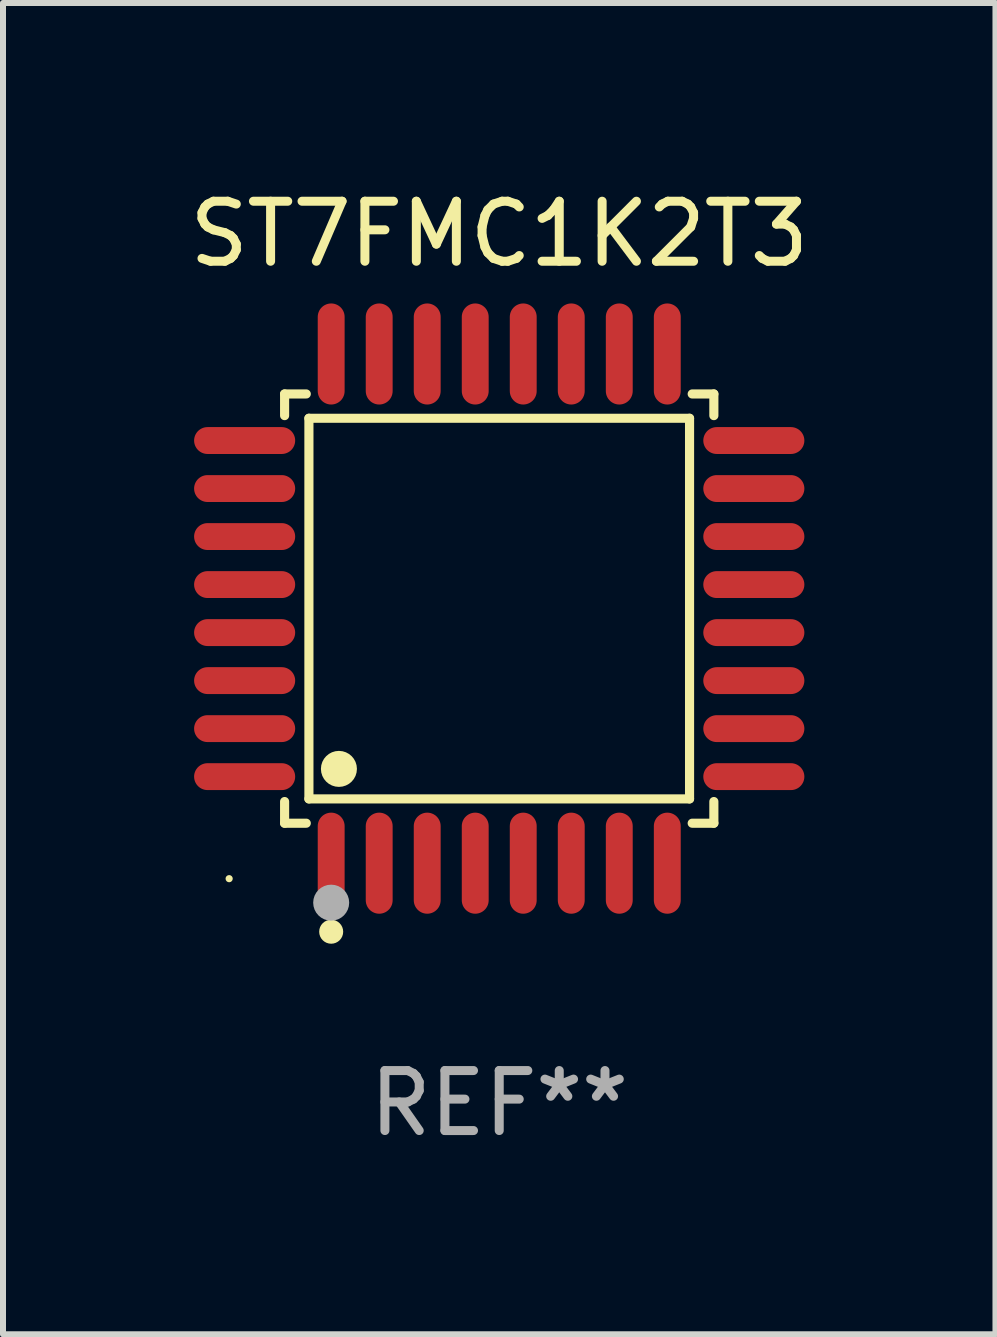
<source format=kicad_pcb>
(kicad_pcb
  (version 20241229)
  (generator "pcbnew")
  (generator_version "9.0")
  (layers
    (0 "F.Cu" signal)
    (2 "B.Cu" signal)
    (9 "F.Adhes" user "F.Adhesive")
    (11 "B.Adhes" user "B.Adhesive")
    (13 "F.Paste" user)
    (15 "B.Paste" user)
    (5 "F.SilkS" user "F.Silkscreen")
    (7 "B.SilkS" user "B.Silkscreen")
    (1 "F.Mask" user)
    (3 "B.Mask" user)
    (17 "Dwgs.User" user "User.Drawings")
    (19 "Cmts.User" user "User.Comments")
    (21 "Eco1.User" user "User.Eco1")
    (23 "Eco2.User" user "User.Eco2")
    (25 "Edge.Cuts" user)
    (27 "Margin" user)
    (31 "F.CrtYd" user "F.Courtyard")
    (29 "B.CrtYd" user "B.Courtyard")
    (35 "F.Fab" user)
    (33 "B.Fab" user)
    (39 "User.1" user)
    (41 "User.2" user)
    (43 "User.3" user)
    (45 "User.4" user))
  (footprint "ST7FMC1K2T3"
    (layer "F.Cu")
    (at 5.268 7.09)
    (property "Reference" "ST7FMC1K2T3" (at 0 -6.242 0) (layer "F.SilkS") (effects (font (size 1 1) (thickness 0.15))))
    (attr through_hole)
    (fp_line (start -3.576 -3.576) (end -3.215 -3.576) (stroke (width 0.152) (type solid)) (layer "F.SilkS"))
    (fp_line (start -3.576 -3.215) (end -3.576 -3.576) (stroke (width 0.152) (type solid)) (layer "F.SilkS"))
    (fp_line (start -3.576 3.215) (end -3.576 3.576) (stroke (width 0.152) (type solid)) (layer "F.SilkS"))
    (fp_line (start -3.576 3.576) (end -3.215 3.576) (stroke (width 0.152) (type solid)) (layer "F.SilkS"))
    (fp_line (start -3.171 -3.171) (end 3.171 -3.171) (stroke (width 0.152) (type solid)) (layer "F.SilkS"))
    (fp_line (start -3.171 3.171) (end -3.171 -3.171) (stroke (width 0.152) (type solid)) (layer "F.SilkS"))
    (fp_line (start 3.171 -3.171) (end 3.171 3.171) (stroke (width 0.152) (type solid)) (layer "F.SilkS"))
    (fp_line (start 3.171 3.171) (end -3.171 3.171) (stroke (width 0.152) (type solid)) (layer "F.SilkS"))
    (fp_line (start 3.576 -3.576) (end 3.215 -3.576) (stroke (width 0.152) (type solid)) (layer "F.SilkS"))
    (fp_line (start 3.576 -3.215) (end 3.576 -3.576) (stroke (width 0.152) (type solid)) (layer "F.SilkS"))
    (fp_line (start 3.576 3.215) (end 3.576 3.576) (stroke (width 0.152) (type solid)) (layer "F.SilkS"))
    (fp_line (start 3.576 3.576) (end 3.215 3.576) (stroke (width 0.152) (type solid)) (layer "F.SilkS"))
    (fp_circle (center -4.5 4.5) (end -4.47 4.5) (stroke (width 0.06) (type solid)) (fill no) (layer "F.SilkS"))
    (fp_circle (center -2.8 5.384) (end -2.7 5.384) (stroke (width 0.2) (type solid)) (fill no) (layer "F.SilkS"))
    (fp_circle (center -2.671 2.671) (end -2.521 2.671) (stroke (width 0.3) (type solid)) (fill no) (layer "F.SilkS"))
    (fp_circle (center -2.8 4.9) (end -2.65 4.9) (stroke (width 0.3) (type solid)) (fill no) (layer "F.Fab"))
    (fp_text user "REF**" (at 0 8.242 0) (layer "F.Fab") (effects (font (size 1 1) (thickness 0.15))))
    (pad "1" smd oval (at -2.8 4.242) (size 0.448 1.684) (layers "F.Cu" "F.Mask" "F.Paste"))
    (pad "2" smd oval (at -2 4.242) (size 0.448 1.684) (layers "F.Cu" "F.Mask" "F.Paste"))
    (pad "3" smd oval (at -1.2 4.242) (size 0.448 1.684) (layers "F.Cu" "F.Mask" "F.Paste"))
    (pad "4" smd oval (at -0.4 4.242) (size 0.448 1.684) (layers "F.Cu" "F.Mask" "F.Paste"))
    (pad "5" smd oval (at 0.4 4.242) (size 0.448 1.684) (layers "F.Cu" "F.Mask" "F.Paste"))
    (pad "6" smd oval (at 1.2 4.242) (size 0.448 1.684) (layers "F.Cu" "F.Mask" "F.Paste"))
    (pad "7" smd oval (at 2 4.242) (size 0.448 1.684) (layers "F.Cu" "F.Mask" "F.Paste"))
    (pad "8" smd oval (at 2.8 4.242) (size 0.448 1.684) (layers "F.Cu" "F.Mask" "F.Paste"))
    (pad "9" smd oval (at 4.242 2.8) (size 1.684 0.448) (layers "F.Cu" "F.Mask" "F.Paste"))
    (pad "10" smd oval (at 4.242 2) (size 1.684 0.448) (layers "F.Cu" "F.Mask" "F.Paste"))
    (pad "11" smd oval (at 4.242 1.2) (size 1.684 0.448) (layers "F.Cu" "F.Mask" "F.Paste"))
    (pad "12" smd oval (at 4.242 0.4) (size 1.684 0.448) (layers "F.Cu" "F.Mask" "F.Paste"))
    (pad "13" smd oval (at 4.242 -0.4) (size 1.684 0.448) (layers "F.Cu" "F.Mask" "F.Paste"))
    (pad "14" smd oval (at 4.242 -1.2) (size 1.684 0.448) (layers "F.Cu" "F.Mask" "F.Paste"))
    (pad "15" smd oval (at 4.242 -2) (size 1.684 0.448) (layers "F.Cu" "F.Mask" "F.Paste"))
    (pad "16" smd oval (at 4.242 -2.8) (size 1.684 0.448) (layers "F.Cu" "F.Mask" "F.Paste"))
    (pad "17" smd oval (at 2.8 -4.242) (size 0.448 1.684) (layers "F.Cu" "F.Mask" "F.Paste"))
    (pad "18" smd oval (at 2 -4.242) (size 0.448 1.684) (layers "F.Cu" "F.Mask" "F.Paste"))
    (pad "19" smd oval (at 1.2 -4.242) (size 0.448 1.684) (layers "F.Cu" "F.Mask" "F.Paste"))
    (pad "20" smd oval (at 0.4 -4.242) (size 0.448 1.684) (layers "F.Cu" "F.Mask" "F.Paste"))
    (pad "21" smd oval (at -0.4 -4.242) (size 0.448 1.684) (layers "F.Cu" "F.Mask" "F.Paste"))
    (pad "22" smd oval (at -1.2 -4.242) (size 0.448 1.684) (layers "F.Cu" "F.Mask" "F.Paste"))
    (pad "23" smd oval (at -2 -4.242) (size 0.448 1.684) (layers "F.Cu" "F.Mask" "F.Paste"))
    (pad "24" smd oval (at -2.8 -4.242) (size 0.448 1.684) (layers "F.Cu" "F.Mask" "F.Paste"))
    (pad "25" smd oval (at -4.242 -2.8) (size 1.684 0.448) (layers "F.Cu" "F.Mask" "F.Paste"))
    (pad "26" smd oval (at -4.242 -2) (size 1.684 0.448) (layers "F.Cu" "F.Mask" "F.Paste"))
    (pad "27" smd oval (at -4.242 -1.2) (size 1.684 0.448) (layers "F.Cu" "F.Mask" "F.Paste"))
    (pad "28" smd oval (at -4.242 -0.4) (size 1.684 0.448) (layers "F.Cu" "F.Mask" "F.Paste"))
    (pad "29" smd oval (at -4.242 0.4) (size 1.684 0.448) (layers "F.Cu" "F.Mask" "F.Paste"))
    (pad "30" smd oval (at -4.242 1.2) (size 1.684 0.448) (layers "F.Cu" "F.Mask" "F.Paste"))
    (pad "31" smd oval (at -4.242 2) (size 1.684 0.448) (layers "F.Cu" "F.Mask" "F.Paste"))
    (pad "32" smd oval (at -4.242 2.8) (size 1.684 0.448) (layers "F.Cu" "F.Mask" "F.Paste")))
  (gr_rect
    (start -3 -3)
    (end 13.536 19.181)
    (stroke (width 0.1) (type default))
    (fill no)
    (layer "Edge.Cuts")))
</source>
